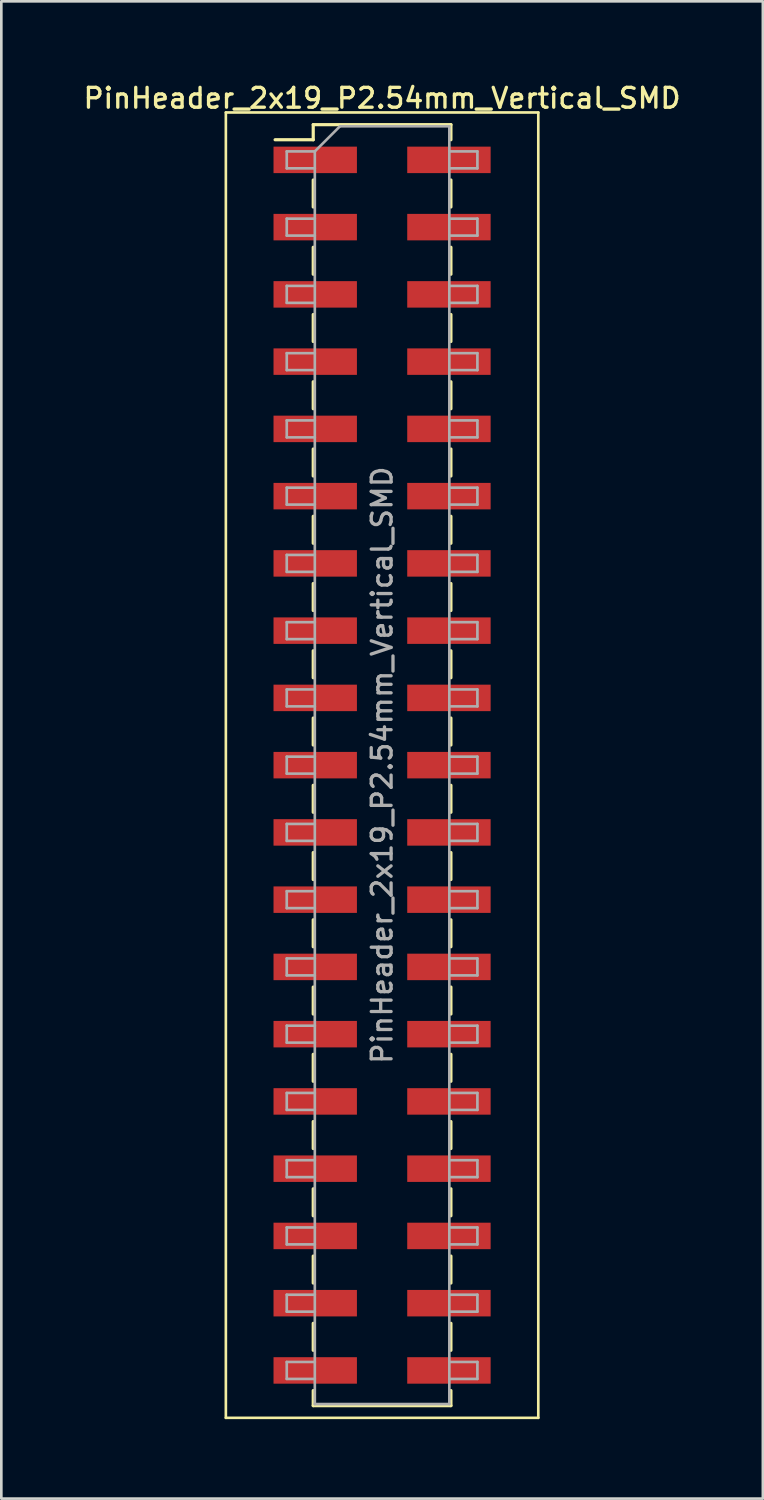
<source format=kicad_pcb>
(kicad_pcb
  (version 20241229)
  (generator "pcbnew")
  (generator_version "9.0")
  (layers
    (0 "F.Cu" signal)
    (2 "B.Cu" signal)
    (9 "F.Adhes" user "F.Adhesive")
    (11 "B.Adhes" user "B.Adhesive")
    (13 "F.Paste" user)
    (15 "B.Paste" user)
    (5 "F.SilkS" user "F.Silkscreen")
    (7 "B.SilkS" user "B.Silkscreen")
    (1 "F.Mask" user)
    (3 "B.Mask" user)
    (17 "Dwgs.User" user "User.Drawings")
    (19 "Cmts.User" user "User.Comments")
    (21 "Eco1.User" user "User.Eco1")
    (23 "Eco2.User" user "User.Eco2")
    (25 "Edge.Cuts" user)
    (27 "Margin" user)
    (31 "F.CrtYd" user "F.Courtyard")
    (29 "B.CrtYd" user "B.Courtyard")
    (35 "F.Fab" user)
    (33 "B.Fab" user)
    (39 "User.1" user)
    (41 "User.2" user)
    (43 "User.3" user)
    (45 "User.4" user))
  (footprint "PinHeader_2x19_P2.54mm_Vertical_SMD"
    (layer "F.Cu")
    (at 11.38 25.848)
    (property "Reference" "PinHeader_2x19_P2.54mm_Vertical_SMD" (at 0 -25.19 0) (layer "F.SilkS") (effects (font (size 0.75 0.75) (thickness 0.125))))
    (attr smd)
    (fp_line (start -5.9 -24.65) (end -5.9 24.65) (stroke (width 0.1) (type solid)) (layer "F.SilkS"))
    (fp_line (start -5.9 24.65) (end 5.9 24.65) (stroke (width 0.1) (type solid)) (layer "F.SilkS"))
    (fp_line (start -4.04 -23.62) (end -2.6 -23.62) (stroke (width 0.12) (type solid)) (layer "F.SilkS"))
    (fp_line (start -2.6 -24.19) (end -2.6 -23.62) (stroke (width 0.12) (type solid)) (layer "F.SilkS"))
    (fp_line (start -2.6 -24.19) (end 2.6 -24.19) (stroke (width 0.12) (type solid)) (layer "F.SilkS"))
    (fp_line (start -2.6 -22.1) (end -2.6 -21.08) (stroke (width 0.12) (type solid)) (layer "F.SilkS"))
    (fp_line (start -2.6 -19.56) (end -2.6 -18.54) (stroke (width 0.12) (type solid)) (layer "F.SilkS"))
    (fp_line (start -2.6 -17.02) (end -2.6 -16) (stroke (width 0.12) (type solid)) (layer "F.SilkS"))
    (fp_line (start -2.6 -14.48) (end -2.6 -13.46) (stroke (width 0.12) (type solid)) (layer "F.SilkS"))
    (fp_line (start -2.6 -11.94) (end -2.6 -10.92) (stroke (width 0.12) (type solid)) (layer "F.SilkS"))
    (fp_line (start -2.6 -9.4) (end -2.6 -8.38) (stroke (width 0.12) (type solid)) (layer "F.SilkS"))
    (fp_line (start -2.6 -6.86) (end -2.6 -5.84) (stroke (width 0.12) (type solid)) (layer "F.SilkS"))
    (fp_line (start -2.6 -4.32) (end -2.6 -3.3) (stroke (width 0.12) (type solid)) (layer "F.SilkS"))
    (fp_line (start -2.6 -1.78) (end -2.6 -0.76) (stroke (width 0.12) (type solid)) (layer "F.SilkS"))
    (fp_line (start -2.6 0.76) (end -2.6 1.78) (stroke (width 0.12) (type solid)) (layer "F.SilkS"))
    (fp_line (start -2.6 3.3) (end -2.6 4.32) (stroke (width 0.12) (type solid)) (layer "F.SilkS"))
    (fp_line (start -2.6 5.84) (end -2.6 6.86) (stroke (width 0.12) (type solid)) (layer "F.SilkS"))
    (fp_line (start -2.6 8.38) (end -2.6 9.4) (stroke (width 0.12) (type solid)) (layer "F.SilkS"))
    (fp_line (start -2.6 10.92) (end -2.6 11.94) (stroke (width 0.12) (type solid)) (layer "F.SilkS"))
    (fp_line (start -2.6 13.46) (end -2.6 14.48) (stroke (width 0.12) (type solid)) (layer "F.SilkS"))
    (fp_line (start -2.6 16) (end -2.6 17.02) (stroke (width 0.12) (type solid)) (layer "F.SilkS"))
    (fp_line (start -2.6 18.54) (end -2.6 19.56) (stroke (width 0.12) (type solid)) (layer "F.SilkS"))
    (fp_line (start -2.6 21.08) (end -2.6 22.1) (stroke (width 0.12) (type solid)) (layer "F.SilkS"))
    (fp_line (start -2.6 23.62) (end -2.6 24.19) (stroke (width 0.12) (type solid)) (layer "F.SilkS"))
    (fp_line (start -2.6 24.19) (end 2.6 24.19) (stroke (width 0.12) (type solid)) (layer "F.SilkS"))
    (fp_line (start 2.6 -24.19) (end 2.6 -23.62) (stroke (width 0.12) (type solid)) (layer "F.SilkS"))
    (fp_line (start 2.6 -22.1) (end 2.6 -21.08) (stroke (width 0.12) (type solid)) (layer "F.SilkS"))
    (fp_line (start 2.6 -19.56) (end 2.6 -18.54) (stroke (width 0.12) (type solid)) (layer "F.SilkS"))
    (fp_line (start 2.6 -17.02) (end 2.6 -16) (stroke (width 0.12) (type solid)) (layer "F.SilkS"))
    (fp_line (start 2.6 -14.48) (end 2.6 -13.46) (stroke (width 0.12) (type solid)) (layer "F.SilkS"))
    (fp_line (start 2.6 -11.94) (end 2.6 -10.92) (stroke (width 0.12) (type solid)) (layer "F.SilkS"))
    (fp_line (start 2.6 -9.4) (end 2.6 -8.38) (stroke (width 0.12) (type solid)) (layer "F.SilkS"))
    (fp_line (start 2.6 -6.86) (end 2.6 -5.84) (stroke (width 0.12) (type solid)) (layer "F.SilkS"))
    (fp_line (start 2.6 -4.32) (end 2.6 -3.3) (stroke (width 0.12) (type solid)) (layer "F.SilkS"))
    (fp_line (start 2.6 -1.78) (end 2.6 -0.76) (stroke (width 0.12) (type solid)) (layer "F.SilkS"))
    (fp_line (start 2.6 0.76) (end 2.6 1.78) (stroke (width 0.12) (type solid)) (layer "F.SilkS"))
    (fp_line (start 2.6 3.3) (end 2.6 4.32) (stroke (width 0.12) (type solid)) (layer "F.SilkS"))
    (fp_line (start 2.6 5.84) (end 2.6 6.86) (stroke (width 0.12) (type solid)) (layer "F.SilkS"))
    (fp_line (start 2.6 8.38) (end 2.6 9.4) (stroke (width 0.12) (type solid)) (layer "F.SilkS"))
    (fp_line (start 2.6 10.92) (end 2.6 11.94) (stroke (width 0.12) (type solid)) (layer "F.SilkS"))
    (fp_line (start 2.6 13.46) (end 2.6 14.48) (stroke (width 0.12) (type solid)) (layer "F.SilkS"))
    (fp_line (start 2.6 16) (end 2.6 17.02) (stroke (width 0.12) (type solid)) (layer "F.SilkS"))
    (fp_line (start 2.6 18.54) (end 2.6 19.56) (stroke (width 0.12) (type solid)) (layer "F.SilkS"))
    (fp_line (start 2.6 21.08) (end 2.6 22.1) (stroke (width 0.12) (type solid)) (layer "F.SilkS"))
    (fp_line (start 2.6 23.62) (end 2.6 24.19) (stroke (width 0.12) (type solid)) (layer "F.SilkS"))
    (fp_line (start 5.9 -24.65) (end -5.9 -24.65) (stroke (width 0.1) (type solid)) (layer "F.SilkS"))
    (fp_line (start 5.9 24.65) (end 5.9 -24.65) (stroke (width 0.1) (type solid)) (layer "F.SilkS"))
    (fp_line (start -3.6 -23.18) (end -3.6 -22.54) (stroke (width 0.1) (type solid)) (layer "F.Fab"))
    (fp_line (start -3.6 -22.54) (end -2.54 -22.54) (stroke (width 0.1) (type solid)) (layer "F.Fab"))
    (fp_line (start -3.6 -20.64) (end -3.6 -20) (stroke (width 0.1) (type solid)) (layer "F.Fab"))
    (fp_line (start -3.6 -20) (end -2.54 -20) (stroke (width 0.1) (type solid)) (layer "F.Fab"))
    (fp_line (start -3.6 -18.1) (end -3.6 -17.46) (stroke (width 0.1) (type solid)) (layer "F.Fab"))
    (fp_line (start -3.6 -17.46) (end -2.54 -17.46) (stroke (width 0.1) (type solid)) (layer "F.Fab"))
    (fp_line (start -3.6 -15.56) (end -3.6 -14.92) (stroke (width 0.1) (type solid)) (layer "F.Fab"))
    (fp_line (start -3.6 -14.92) (end -2.54 -14.92) (stroke (width 0.1) (type solid)) (layer "F.Fab"))
    (fp_line (start -3.6 -13.02) (end -3.6 -12.38) (stroke (width 0.1) (type solid)) (layer "F.Fab"))
    (fp_line (start -3.6 -12.38) (end -2.54 -12.38) (stroke (width 0.1) (type solid)) (layer "F.Fab"))
    (fp_line (start -3.6 -10.48) (end -3.6 -9.84) (stroke (width 0.1) (type solid)) (layer "F.Fab"))
    (fp_line (start -3.6 -9.84) (end -2.54 -9.84) (stroke (width 0.1) (type solid)) (layer "F.Fab"))
    (fp_line (start -3.6 -7.94) (end -3.6 -7.3) (stroke (width 0.1) (type solid)) (layer "F.Fab"))
    (fp_line (start -3.6 -7.3) (end -2.54 -7.3) (stroke (width 0.1) (type solid)) (layer "F.Fab"))
    (fp_line (start -3.6 -5.4) (end -3.6 -4.76) (stroke (width 0.1) (type solid)) (layer "F.Fab"))
    (fp_line (start -3.6 -4.76) (end -2.54 -4.76) (stroke (width 0.1) (type solid)) (layer "F.Fab"))
    (fp_line (start -3.6 -2.86) (end -3.6 -2.22) (stroke (width 0.1) (type solid)) (layer "F.Fab"))
    (fp_line (start -3.6 -2.22) (end -2.54 -2.22) (stroke (width 0.1) (type solid)) (layer "F.Fab"))
    (fp_line (start -3.6 -0.32) (end -3.6 0.32) (stroke (width 0.1) (type solid)) (layer "F.Fab"))
    (fp_line (start -3.6 0.32) (end -2.54 0.32) (stroke (width 0.1) (type solid)) (layer "F.Fab"))
    (fp_line (start -3.6 2.22) (end -3.6 2.86) (stroke (width 0.1) (type solid)) (layer "F.Fab"))
    (fp_line (start -3.6 2.86) (end -2.54 2.86) (stroke (width 0.1) (type solid)) (layer "F.Fab"))
    (fp_line (start -3.6 4.76) (end -3.6 5.4) (stroke (width 0.1) (type solid)) (layer "F.Fab"))
    (fp_line (start -3.6 5.4) (end -2.54 5.4) (stroke (width 0.1) (type solid)) (layer "F.Fab"))
    (fp_line (start -3.6 7.3) (end -3.6 7.94) (stroke (width 0.1) (type solid)) (layer "F.Fab"))
    (fp_line (start -3.6 7.94) (end -2.54 7.94) (stroke (width 0.1) (type solid)) (layer "F.Fab"))
    (fp_line (start -3.6 9.84) (end -3.6 10.48) (stroke (width 0.1) (type solid)) (layer "F.Fab"))
    (fp_line (start -3.6 10.48) (end -2.54 10.48) (stroke (width 0.1) (type solid)) (layer "F.Fab"))
    (fp_line (start -3.6 12.38) (end -3.6 13.02) (stroke (width 0.1) (type solid)) (layer "F.Fab"))
    (fp_line (start -3.6 13.02) (end -2.54 13.02) (stroke (width 0.1) (type solid)) (layer "F.Fab"))
    (fp_line (start -3.6 14.92) (end -3.6 15.56) (stroke (width 0.1) (type solid)) (layer "F.Fab"))
    (fp_line (start -3.6 15.56) (end -2.54 15.56) (stroke (width 0.1) (type solid)) (layer "F.Fab"))
    (fp_line (start -3.6 17.46) (end -3.6 18.1) (stroke (width 0.1) (type solid)) (layer "F.Fab"))
    (fp_line (start -3.6 18.1) (end -2.54 18.1) (stroke (width 0.1) (type solid)) (layer "F.Fab"))
    (fp_line (start -3.6 20) (end -3.6 20.64) (stroke (width 0.1) (type solid)) (layer "F.Fab"))
    (fp_line (start -3.6 20.64) (end -2.54 20.64) (stroke (width 0.1) (type solid)) (layer "F.Fab"))
    (fp_line (start -3.6 22.54) (end -3.6 23.18) (stroke (width 0.1) (type solid)) (layer "F.Fab"))
    (fp_line (start -3.6 23.18) (end -2.54 23.18) (stroke (width 0.1) (type solid)) (layer "F.Fab"))
    (fp_line (start -2.54 -23.18) (end -3.6 -23.18) (stroke (width 0.1) (type solid)) (layer "F.Fab"))
    (fp_line (start -2.54 -23.18) (end -1.59 -24.13) (stroke (width 0.1) (type solid)) (layer "F.Fab"))
    (fp_line (start -2.54 -20.64) (end -3.6 -20.64) (stroke (width 0.1) (type solid)) (layer "F.Fab"))
    (fp_line (start -2.54 -18.1) (end -3.6 -18.1) (stroke (width 0.1) (type solid)) (layer "F.Fab"))
    (fp_line (start -2.54 -15.56) (end -3.6 -15.56) (stroke (width 0.1) (type solid)) (layer "F.Fab"))
    (fp_line (start -2.54 -13.02) (end -3.6 -13.02) (stroke (width 0.1) (type solid)) (layer "F.Fab"))
    (fp_line (start -2.54 -10.48) (end -3.6 -10.48) (stroke (width 0.1) (type solid)) (layer "F.Fab"))
    (fp_line (start -2.54 -7.94) (end -3.6 -7.94) (stroke (width 0.1) (type solid)) (layer "F.Fab"))
    (fp_line (start -2.54 -5.4) (end -3.6 -5.4) (stroke (width 0.1) (type solid)) (layer "F.Fab"))
    (fp_line (start -2.54 -2.86) (end -3.6 -2.86) (stroke (width 0.1) (type solid)) (layer "F.Fab"))
    (fp_line (start -2.54 -0.32) (end -3.6 -0.32) (stroke (width 0.1) (type solid)) (layer "F.Fab"))
    (fp_line (start -2.54 2.22) (end -3.6 2.22) (stroke (width 0.1) (type solid)) (layer "F.Fab"))
    (fp_line (start -2.54 4.76) (end -3.6 4.76) (stroke (width 0.1) (type solid)) (layer "F.Fab"))
    (fp_line (start -2.54 7.3) (end -3.6 7.3) (stroke (width 0.1) (type solid)) (layer "F.Fab"))
    (fp_line (start -2.54 9.84) (end -3.6 9.84) (stroke (width 0.1) (type solid)) (layer "F.Fab"))
    (fp_line (start -2.54 12.38) (end -3.6 12.38) (stroke (width 0.1) (type solid)) (layer "F.Fab"))
    (fp_line (start -2.54 14.92) (end -3.6 14.92) (stroke (width 0.1) (type solid)) (layer "F.Fab"))
    (fp_line (start -2.54 17.46) (end -3.6 17.46) (stroke (width 0.1) (type solid)) (layer "F.Fab"))
    (fp_line (start -2.54 20) (end -3.6 20) (stroke (width 0.1) (type solid)) (layer "F.Fab"))
    (fp_line (start -2.54 22.54) (end -3.6 22.54) (stroke (width 0.1) (type solid)) (layer "F.Fab"))
    (fp_line (start -2.54 24.13) (end -2.54 -23.18) (stroke (width 0.1) (type solid)) (layer "F.Fab"))
    (fp_line (start -1.59 -24.13) (end 2.54 -24.13) (stroke (width 0.1) (type solid)) (layer "F.Fab"))
    (fp_line (start 2.54 -24.13) (end 2.54 24.13) (stroke (width 0.1) (type solid)) (layer "F.Fab"))
    (fp_line (start 2.54 -23.18) (end 3.6 -23.18) (stroke (width 0.1) (type solid)) (layer "F.Fab"))
    (fp_line (start 2.54 -20.64) (end 3.6 -20.64) (stroke (width 0.1) (type solid)) (layer "F.Fab"))
    (fp_line (start 2.54 -18.1) (end 3.6 -18.1) (stroke (width 0.1) (type solid)) (layer "F.Fab"))
    (fp_line (start 2.54 -15.56) (end 3.6 -15.56) (stroke (width 0.1) (type solid)) (layer "F.Fab"))
    (fp_line (start 2.54 -13.02) (end 3.6 -13.02) (stroke (width 0.1) (type solid)) (layer "F.Fab"))
    (fp_line (start 2.54 -10.48) (end 3.6 -10.48) (stroke (width 0.1) (type solid)) (layer "F.Fab"))
    (fp_line (start 2.54 -7.94) (end 3.6 -7.94) (stroke (width 0.1) (type solid)) (layer "F.Fab"))
    (fp_line (start 2.54 -5.4) (end 3.6 -5.4) (stroke (width 0.1) (type solid)) (layer "F.Fab"))
    (fp_line (start 2.54 -2.86) (end 3.6 -2.86) (stroke (width 0.1) (type solid)) (layer "F.Fab"))
    (fp_line (start 2.54 -0.32) (end 3.6 -0.32) (stroke (width 0.1) (type solid)) (layer "F.Fab"))
    (fp_line (start 2.54 2.22) (end 3.6 2.22) (stroke (width 0.1) (type solid)) (layer "F.Fab"))
    (fp_line (start 2.54 4.76) (end 3.6 4.76) (stroke (width 0.1) (type solid)) (layer "F.Fab"))
    (fp_line (start 2.54 7.3) (end 3.6 7.3) (stroke (width 0.1) (type solid)) (layer "F.Fab"))
    (fp_line (start 2.54 9.84) (end 3.6 9.84) (stroke (width 0.1) (type solid)) (layer "F.Fab"))
    (fp_line (start 2.54 12.38) (end 3.6 12.38) (stroke (width 0.1) (type solid)) (layer "F.Fab"))
    (fp_line (start 2.54 14.92) (end 3.6 14.92) (stroke (width 0.1) (type solid)) (layer "F.Fab"))
    (fp_line (start 2.54 17.46) (end 3.6 17.46) (stroke (width 0.1) (type solid)) (layer "F.Fab"))
    (fp_line (start 2.54 20) (end 3.6 20) (stroke (width 0.1) (type solid)) (layer "F.Fab"))
    (fp_line (start 2.54 22.54) (end 3.6 22.54) (stroke (width 0.1) (type solid)) (layer "F.Fab"))
    (fp_line (start 2.54 24.13) (end -2.54 24.13) (stroke (width 0.1) (type solid)) (layer "F.Fab"))
    (fp_line (start 3.6 -23.18) (end 3.6 -22.54) (stroke (width 0.1) (type solid)) (layer "F.Fab"))
    (fp_line (start 3.6 -22.54) (end 2.54 -22.54) (stroke (width 0.1) (type solid)) (layer "F.Fab"))
    (fp_line (start 3.6 -20.64) (end 3.6 -20) (stroke (width 0.1) (type solid)) (layer "F.Fab"))
    (fp_line (start 3.6 -20) (end 2.54 -20) (stroke (width 0.1) (type solid)) (layer "F.Fab"))
    (fp_line (start 3.6 -18.1) (end 3.6 -17.46) (stroke (width 0.1) (type solid)) (layer "F.Fab"))
    (fp_line (start 3.6 -17.46) (end 2.54 -17.46) (stroke (width 0.1) (type solid)) (layer "F.Fab"))
    (fp_line (start 3.6 -15.56) (end 3.6 -14.92) (stroke (width 0.1) (type solid)) (layer "F.Fab"))
    (fp_line (start 3.6 -14.92) (end 2.54 -14.92) (stroke (width 0.1) (type solid)) (layer "F.Fab"))
    (fp_line (start 3.6 -13.02) (end 3.6 -12.38) (stroke (width 0.1) (type solid)) (layer "F.Fab"))
    (fp_line (start 3.6 -12.38) (end 2.54 -12.38) (stroke (width 0.1) (type solid)) (layer "F.Fab"))
    (fp_line (start 3.6 -10.48) (end 3.6 -9.84) (stroke (width 0.1) (type solid)) (layer "F.Fab"))
    (fp_line (start 3.6 -9.84) (end 2.54 -9.84) (stroke (width 0.1) (type solid)) (layer "F.Fab"))
    (fp_line (start 3.6 -7.94) (end 3.6 -7.3) (stroke (width 0.1) (type solid)) (layer "F.Fab"))
    (fp_line (start 3.6 -7.3) (end 2.54 -7.3) (stroke (width 0.1) (type solid)) (layer "F.Fab"))
    (fp_line (start 3.6 -5.4) (end 3.6 -4.76) (stroke (width 0.1) (type solid)) (layer "F.Fab"))
    (fp_line (start 3.6 -4.76) (end 2.54 -4.76) (stroke (width 0.1) (type solid)) (layer "F.Fab"))
    (fp_line (start 3.6 -2.86) (end 3.6 -2.22) (stroke (width 0.1) (type solid)) (layer "F.Fab"))
    (fp_line (start 3.6 -2.22) (end 2.54 -2.22) (stroke (width 0.1) (type solid)) (layer "F.Fab"))
    (fp_line (start 3.6 -0.32) (end 3.6 0.32) (stroke (width 0.1) (type solid)) (layer "F.Fab"))
    (fp_line (start 3.6 0.32) (end 2.54 0.32) (stroke (width 0.1) (type solid)) (layer "F.Fab"))
    (fp_line (start 3.6 2.22) (end 3.6 2.86) (stroke (width 0.1) (type solid)) (layer "F.Fab"))
    (fp_line (start 3.6 2.86) (end 2.54 2.86) (stroke (width 0.1) (type solid)) (layer "F.Fab"))
    (fp_line (start 3.6 4.76) (end 3.6 5.4) (stroke (width 0.1) (type solid)) (layer "F.Fab"))
    (fp_line (start 3.6 5.4) (end 2.54 5.4) (stroke (width 0.1) (type solid)) (layer "F.Fab"))
    (fp_line (start 3.6 7.3) (end 3.6 7.94) (stroke (width 0.1) (type solid)) (layer "F.Fab"))
    (fp_line (start 3.6 7.94) (end 2.54 7.94) (stroke (width 0.1) (type solid)) (layer "F.Fab"))
    (fp_line (start 3.6 9.84) (end 3.6 10.48) (stroke (width 0.1) (type solid)) (layer "F.Fab"))
    (fp_line (start 3.6 10.48) (end 2.54 10.48) (stroke (width 0.1) (type solid)) (layer "F.Fab"))
    (fp_line (start 3.6 12.38) (end 3.6 13.02) (stroke (width 0.1) (type solid)) (layer "F.Fab"))
    (fp_line (start 3.6 13.02) (end 2.54 13.02) (stroke (width 0.1) (type solid)) (layer "F.Fab"))
    (fp_line (start 3.6 14.92) (end 3.6 15.56) (stroke (width 0.1) (type solid)) (layer "F.Fab"))
    (fp_line (start 3.6 15.56) (end 2.54 15.56) (stroke (width 0.1) (type solid)) (layer "F.Fab"))
    (fp_line (start 3.6 17.46) (end 3.6 18.1) (stroke (width 0.1) (type solid)) (layer "F.Fab"))
    (fp_line (start 3.6 18.1) (end 2.54 18.1) (stroke (width 0.1) (type solid)) (layer "F.Fab"))
    (fp_line (start 3.6 20) (end 3.6 20.64) (stroke (width 0.1) (type solid)) (layer "F.Fab"))
    (fp_line (start 3.6 20.64) (end 2.54 20.64) (stroke (width 0.1) (type solid)) (layer "F.Fab"))
    (fp_line (start 3.6 22.54) (end 3.6 23.18) (stroke (width 0.1) (type solid)) (layer "F.Fab"))
    (fp_line (start 3.6 23.18) (end 2.54 23.18) (stroke (width 0.1) (type solid)) (layer "F.Fab"))
    (fp_text user "${REFERENCE}" (at 0 0 90) (layer "F.Fab") (effects (font (size 0.75 0.75) (thickness 0.125))))
    (pad "1" smd rect (at -2.525 -22.86) (size 3.15 1) (layers "F.Cu" "F.Mask" "F.Paste"))
    (pad "2" smd rect (at 2.525 -22.86) (size 3.15 1) (layers "F.Cu" "F.Mask" "F.Paste"))
    (pad "3" smd rect (at -2.525 -20.32) (size 3.15 1) (layers "F.Cu" "F.Mask" "F.Paste"))
    (pad "4" smd rect (at 2.525 -20.32) (size 3.15 1) (layers "F.Cu" "F.Mask" "F.Paste"))
    (pad "5" smd rect (at -2.525 -17.78) (size 3.15 1) (layers "F.Cu" "F.Mask" "F.Paste"))
    (pad "6" smd rect (at 2.525 -17.78) (size 3.15 1) (layers "F.Cu" "F.Mask" "F.Paste"))
    (pad "7" smd rect (at -2.525 -15.24) (size 3.15 1) (layers "F.Cu" "F.Mask" "F.Paste"))
    (pad "8" smd rect (at 2.525 -15.24) (size 3.15 1) (layers "F.Cu" "F.Mask" "F.Paste"))
    (pad "9" smd rect (at -2.525 -12.7) (size 3.15 1) (layers "F.Cu" "F.Mask" "F.Paste"))
    (pad "10" smd rect (at 2.525 -12.7) (size 3.15 1) (layers "F.Cu" "F.Mask" "F.Paste"))
    (pad "11" smd rect (at -2.525 -10.16) (size 3.15 1) (layers "F.Cu" "F.Mask" "F.Paste"))
    (pad "12" smd rect (at 2.525 -10.16) (size 3.15 1) (layers "F.Cu" "F.Mask" "F.Paste"))
    (pad "13" smd rect (at -2.525 -7.62) (size 3.15 1) (layers "F.Cu" "F.Mask" "F.Paste"))
    (pad "14" smd rect (at 2.525 -7.62) (size 3.15 1) (layers "F.Cu" "F.Mask" "F.Paste"))
    (pad "15" smd rect (at -2.525 -5.08) (size 3.15 1) (layers "F.Cu" "F.Mask" "F.Paste"))
    (pad "16" smd rect (at 2.525 -5.08) (size 3.15 1) (layers "F.Cu" "F.Mask" "F.Paste"))
    (pad "17" smd rect (at -2.525 -2.54) (size 3.15 1) (layers "F.Cu" "F.Mask" "F.Paste"))
    (pad "18" smd rect (at 2.525 -2.54) (size 3.15 1) (layers "F.Cu" "F.Mask" "F.Paste"))
    (pad "19" smd rect (at -2.525 0) (size 3.15 1) (layers "F.Cu" "F.Mask" "F.Paste"))
    (pad "20" smd rect (at 2.525 0) (size 3.15 1) (layers "F.Cu" "F.Mask" "F.Paste"))
    (pad "21" smd rect (at -2.525 2.54) (size 3.15 1) (layers "F.Cu" "F.Mask" "F.Paste"))
    (pad "22" smd rect (at 2.525 2.54) (size 3.15 1) (layers "F.Cu" "F.Mask" "F.Paste"))
    (pad "23" smd rect (at -2.525 5.08) (size 3.15 1) (layers "F.Cu" "F.Mask" "F.Paste"))
    (pad "24" smd rect (at 2.525 5.08) (size 3.15 1) (layers "F.Cu" "F.Mask" "F.Paste"))
    (pad "25" smd rect (at -2.525 7.62) (size 3.15 1) (layers "F.Cu" "F.Mask" "F.Paste"))
    (pad "26" smd rect (at 2.525 7.62) (size 3.15 1) (layers "F.Cu" "F.Mask" "F.Paste"))
    (pad "27" smd rect (at -2.525 10.16) (size 3.15 1) (layers "F.Cu" "F.Mask" "F.Paste"))
    (pad "28" smd rect (at 2.525 10.16) (size 3.15 1) (layers "F.Cu" "F.Mask" "F.Paste"))
    (pad "29" smd rect (at -2.525 12.7) (size 3.15 1) (layers "F.Cu" "F.Mask" "F.Paste"))
    (pad "30" smd rect (at 2.525 12.7) (size 3.15 1) (layers "F.Cu" "F.Mask" "F.Paste"))
    (pad "31" smd rect (at -2.525 15.24) (size 3.15 1) (layers "F.Cu" "F.Mask" "F.Paste"))
    (pad "32" smd rect (at 2.525 15.24) (size 3.15 1) (layers "F.Cu" "F.Mask" "F.Paste"))
    (pad "33" smd rect (at -2.525 17.78) (size 3.15 1) (layers "F.Cu" "F.Mask" "F.Paste"))
    (pad "34" smd rect (at 2.525 17.78) (size 3.15 1) (layers "F.Cu" "F.Mask" "F.Paste"))
    (pad "35" smd rect (at -2.525 20.32) (size 3.15 1) (layers "F.Cu" "F.Mask" "F.Paste"))
    (pad "36" smd rect (at 2.525 20.32) (size 3.15 1) (layers "F.Cu" "F.Mask" "F.Paste"))
    (pad "37" smd rect (at -2.525 22.86) (size 3.15 1) (layers "F.Cu" "F.Mask" "F.Paste"))
    (pad "38" smd rect (at 2.525 22.86) (size 3.15 1) (layers "F.Cu" "F.Mask" "F.Paste")))
  (gr_rect
    (start -3 -3)
    (end 25.761 53.548)
    (stroke (width 0.1) (type default))
    (fill no)
    (layer "Edge.Cuts")))
</source>
